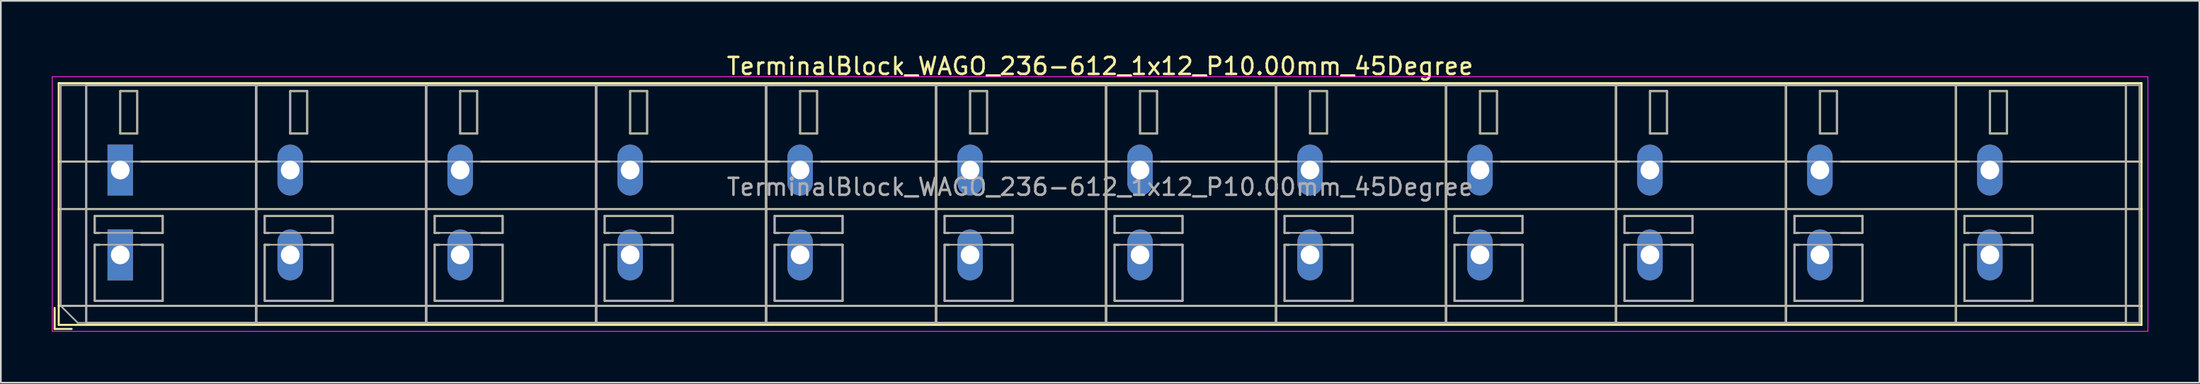
<source format=kicad_pcb>
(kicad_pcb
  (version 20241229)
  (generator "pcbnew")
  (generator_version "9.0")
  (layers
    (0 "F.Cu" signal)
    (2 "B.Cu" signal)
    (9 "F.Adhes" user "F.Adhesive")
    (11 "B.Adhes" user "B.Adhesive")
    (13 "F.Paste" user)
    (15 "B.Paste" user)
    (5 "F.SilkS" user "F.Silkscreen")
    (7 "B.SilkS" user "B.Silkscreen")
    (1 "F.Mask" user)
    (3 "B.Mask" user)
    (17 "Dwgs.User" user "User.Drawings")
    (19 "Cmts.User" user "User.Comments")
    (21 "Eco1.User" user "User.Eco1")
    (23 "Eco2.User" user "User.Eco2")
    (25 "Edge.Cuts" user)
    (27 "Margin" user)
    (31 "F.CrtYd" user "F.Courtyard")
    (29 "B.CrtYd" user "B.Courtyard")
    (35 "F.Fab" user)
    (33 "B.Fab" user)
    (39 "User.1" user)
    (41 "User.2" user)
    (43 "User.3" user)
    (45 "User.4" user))
  (footprint "TerminalBlock_WAGO_236-612_1x12_P10.00mm_45Degree"
    (layer "F.Cu")
    (at 4.025 6.968)
    (property "Reference" "TerminalBlock_WAGO_236-612_1x12_P10.00mm_45Degree" (at 57.65 -6.12 0) (layer "F.SilkS") (effects (font (size 1 1) (thickness 0.15))))
    (attr through_hole)
    (fp_line (start -3.86 8.12) (end -3.86 9.36) (stroke (width 0.12) (type solid)) (layer "F.SilkS"))
    (fp_line (start -3.86 9.36) (end -2.86 9.36) (stroke (width 0.12) (type solid)) (layer "F.SilkS"))
    (fp_line (start -3.62 -5.12) (end -3.62 9.12) (stroke (width 0.12) (type solid)) (layer "F.SilkS"))
    (fp_line (start -3.62 -5.12) (end 118.92 -5.12) (stroke (width 0.12) (type solid)) (layer "F.SilkS"))
    (fp_line (start -3.62 -0.5) (end -1.23 -0.5) (stroke (width 0.12) (type solid)) (layer "F.SilkS"))
    (fp_line (start -3.62 2.3) (end 118.92 2.3) (stroke (width 0.12) (type solid)) (layer "F.SilkS"))
    (fp_line (start -3.62 8) (end 118.92 8) (stroke (width 0.12) (type solid)) (layer "F.SilkS"))
    (fp_line (start -3.62 9.12) (end 118.92 9.12) (stroke (width 0.12) (type solid)) (layer "F.SilkS"))
    (fp_line (start -2 -5) (end -2 9) (stroke (width 0.12) (type solid)) (layer "F.SilkS"))
    (fp_line (start -2 -5) (end 8 -5) (stroke (width 0.12) (type solid)) (layer "F.SilkS"))
    (fp_line (start -2 9) (end 8 9) (stroke (width 0.12) (type solid)) (layer "F.SilkS"))
    (fp_line (start -1.5 2.7) (end -1.5 3.7) (stroke (width 0.12) (type solid)) (layer "F.SilkS"))
    (fp_line (start -1.5 2.7) (end 2.5 2.7) (stroke (width 0.12) (type solid)) (layer "F.SilkS"))
    (fp_line (start -1.5 3.7) (end -1.23 3.7) (stroke (width 0.12) (type solid)) (layer "F.SilkS"))
    (fp_line (start -1.5 4.4) (end -1.5 7.7) (stroke (width 0.12) (type solid)) (layer "F.SilkS"))
    (fp_line (start -1.5 4.4) (end -1.23 4.4) (stroke (width 0.12) (type solid)) (layer "F.SilkS"))
    (fp_line (start -1.5 7.7) (end 2.5 7.7) (stroke (width 0.12) (type solid)) (layer "F.SilkS"))
    (fp_line (start 0 -4.65) (end 0 -2.151) (stroke (width 0.12) (type solid)) (layer "F.SilkS"))
    (fp_line (start 0 -4.65) (end 1 -4.65) (stroke (width 0.12) (type solid)) (layer "F.SilkS"))
    (fp_line (start 0 -2.151) (end 1 -2.151) (stroke (width 0.12) (type solid)) (layer "F.SilkS"))
    (fp_line (start 1 -4.65) (end 1 -2.151) (stroke (width 0.12) (type solid)) (layer "F.SilkS"))
    (fp_line (start 1.23 -0.5) (end 8.77 -0.5) (stroke (width 0.12) (type solid)) (layer "F.SilkS"))
    (fp_line (start 1.23 3.7) (end 2.5 3.7) (stroke (width 0.12) (type solid)) (layer "F.SilkS"))
    (fp_line (start 1.23 4.4) (end 2.5 4.4) (stroke (width 0.12) (type solid)) (layer "F.SilkS"))
    (fp_line (start 2.5 2.7) (end 2.5 3.7) (stroke (width 0.12) (type solid)) (layer "F.SilkS"))
    (fp_line (start 2.5 4.4) (end 2.5 7.7) (stroke (width 0.12) (type solid)) (layer "F.SilkS"))
    (fp_line (start 8 -5) (end 8 9) (stroke (width 0.12) (type solid)) (layer "F.SilkS"))
    (fp_line (start 8 -5) (end 8 9) (stroke (width 0.12) (type solid)) (layer "F.SilkS"))
    (fp_line (start 8 -5) (end 18 -5) (stroke (width 0.12) (type solid)) (layer "F.SilkS"))
    (fp_line (start 8 9) (end 18 9) (stroke (width 0.12) (type solid)) (layer "F.SilkS"))
    (fp_line (start 8.5 2.7) (end 8.5 3.7) (stroke (width 0.12) (type solid)) (layer "F.SilkS"))
    (fp_line (start 8.5 2.7) (end 12.5 2.7) (stroke (width 0.12) (type solid)) (layer "F.SilkS"))
    (fp_line (start 8.5 3.7) (end 8.77 3.7) (stroke (width 0.12) (type solid)) (layer "F.SilkS"))
    (fp_line (start 8.5 4.4) (end 8.5 7.7) (stroke (width 0.12) (type solid)) (layer "F.SilkS"))
    (fp_line (start 8.5 4.4) (end 8.77 4.4) (stroke (width 0.12) (type solid)) (layer "F.SilkS"))
    (fp_line (start 8.5 7.7) (end 12.5 7.7) (stroke (width 0.12) (type solid)) (layer "F.SilkS"))
    (fp_line (start 10 -4.65) (end 10 -2.151) (stroke (width 0.12) (type solid)) (layer "F.SilkS"))
    (fp_line (start 10 -4.65) (end 11 -4.65) (stroke (width 0.12) (type solid)) (layer "F.SilkS"))
    (fp_line (start 10 -2.151) (end 11 -2.151) (stroke (width 0.12) (type solid)) (layer "F.SilkS"))
    (fp_line (start 11 -4.65) (end 11 -2.151) (stroke (width 0.12) (type solid)) (layer "F.SilkS"))
    (fp_line (start 11.23 -0.5) (end 18.77 -0.5) (stroke (width 0.12) (type solid)) (layer "F.SilkS"))
    (fp_line (start 11.23 3.7) (end 12.5 3.7) (stroke (width 0.12) (type solid)) (layer "F.SilkS"))
    (fp_line (start 11.23 4.4) (end 12.5 4.4) (stroke (width 0.12) (type solid)) (layer "F.SilkS"))
    (fp_line (start 12.5 2.7) (end 12.5 3.7) (stroke (width 0.12) (type solid)) (layer "F.SilkS"))
    (fp_line (start 12.5 4.4) (end 12.5 7.7) (stroke (width 0.12) (type solid)) (layer "F.SilkS"))
    (fp_line (start 18 -5) (end 18 9) (stroke (width 0.12) (type solid)) (layer "F.SilkS"))
    (fp_line (start 18 -5) (end 18 9) (stroke (width 0.12) (type solid)) (layer "F.SilkS"))
    (fp_line (start 18 -5) (end 28 -5) (stroke (width 0.12) (type solid)) (layer "F.SilkS"))
    (fp_line (start 18 9) (end 28 9) (stroke (width 0.12) (type solid)) (layer "F.SilkS"))
    (fp_line (start 18.5 2.7) (end 18.5 3.7) (stroke (width 0.12) (type solid)) (layer "F.SilkS"))
    (fp_line (start 18.5 2.7) (end 22.5 2.7) (stroke (width 0.12) (type solid)) (layer "F.SilkS"))
    (fp_line (start 18.5 3.7) (end 18.77 3.7) (stroke (width 0.12) (type solid)) (layer "F.SilkS"))
    (fp_line (start 18.5 4.4) (end 18.5 7.7) (stroke (width 0.12) (type solid)) (layer "F.SilkS"))
    (fp_line (start 18.5 4.4) (end 18.77 4.4) (stroke (width 0.12) (type solid)) (layer "F.SilkS"))
    (fp_line (start 18.5 7.7) (end 22.5 7.7) (stroke (width 0.12) (type solid)) (layer "F.SilkS"))
    (fp_line (start 20 -4.65) (end 20 -2.151) (stroke (width 0.12) (type solid)) (layer "F.SilkS"))
    (fp_line (start 20 -4.65) (end 21 -4.65) (stroke (width 0.12) (type solid)) (layer "F.SilkS"))
    (fp_line (start 20 -2.151) (end 21 -2.151) (stroke (width 0.12) (type solid)) (layer "F.SilkS"))
    (fp_line (start 21 -4.65) (end 21 -2.151) (stroke (width 0.12) (type solid)) (layer "F.SilkS"))
    (fp_line (start 21.23 -0.5) (end 28.77 -0.5) (stroke (width 0.12) (type solid)) (layer "F.SilkS"))
    (fp_line (start 21.23 3.7) (end 22.5 3.7) (stroke (width 0.12) (type solid)) (layer "F.SilkS"))
    (fp_line (start 21.23 4.4) (end 22.5 4.4) (stroke (width 0.12) (type solid)) (layer "F.SilkS"))
    (fp_line (start 22.5 2.7) (end 22.5 3.7) (stroke (width 0.12) (type solid)) (layer "F.SilkS"))
    (fp_line (start 22.5 4.4) (end 22.5 7.7) (stroke (width 0.12) (type solid)) (layer "F.SilkS"))
    (fp_line (start 28 -5) (end 28 9) (stroke (width 0.12) (type solid)) (layer "F.SilkS"))
    (fp_line (start 28 -5) (end 28 9) (stroke (width 0.12) (type solid)) (layer "F.SilkS"))
    (fp_line (start 28 -5) (end 38 -5) (stroke (width 0.12) (type solid)) (layer "F.SilkS"))
    (fp_line (start 28 9) (end 38 9) (stroke (width 0.12) (type solid)) (layer "F.SilkS"))
    (fp_line (start 28.5 2.7) (end 28.5 3.7) (stroke (width 0.12) (type solid)) (layer "F.SilkS"))
    (fp_line (start 28.5 2.7) (end 32.5 2.7) (stroke (width 0.12) (type solid)) (layer "F.SilkS"))
    (fp_line (start 28.5 3.7) (end 28.77 3.7) (stroke (width 0.12) (type solid)) (layer "F.SilkS"))
    (fp_line (start 28.5 4.4) (end 28.5 7.7) (stroke (width 0.12) (type solid)) (layer "F.SilkS"))
    (fp_line (start 28.5 4.4) (end 28.77 4.4) (stroke (width 0.12) (type solid)) (layer "F.SilkS"))
    (fp_line (start 28.5 7.7) (end 32.5 7.7) (stroke (width 0.12) (type solid)) (layer "F.SilkS"))
    (fp_line (start 30 -4.65) (end 30 -2.151) (stroke (width 0.12) (type solid)) (layer "F.SilkS"))
    (fp_line (start 30 -4.65) (end 31 -4.65) (stroke (width 0.12) (type solid)) (layer "F.SilkS"))
    (fp_line (start 30 -2.151) (end 31 -2.151) (stroke (width 0.12) (type solid)) (layer "F.SilkS"))
    (fp_line (start 31 -4.65) (end 31 -2.151) (stroke (width 0.12) (type solid)) (layer "F.SilkS"))
    (fp_line (start 31.23 -0.5) (end 38.77 -0.5) (stroke (width 0.12) (type solid)) (layer "F.SilkS"))
    (fp_line (start 31.23 3.7) (end 32.5 3.7) (stroke (width 0.12) (type solid)) (layer "F.SilkS"))
    (fp_line (start 31.23 4.4) (end 32.5 4.4) (stroke (width 0.12) (type solid)) (layer "F.SilkS"))
    (fp_line (start 32.5 2.7) (end 32.5 3.7) (stroke (width 0.12) (type solid)) (layer "F.SilkS"))
    (fp_line (start 32.5 4.4) (end 32.5 7.7) (stroke (width 0.12) (type solid)) (layer "F.SilkS"))
    (fp_line (start 38 -5) (end 38 9) (stroke (width 0.12) (type solid)) (layer "F.SilkS"))
    (fp_line (start 38 -5) (end 38 9) (stroke (width 0.12) (type solid)) (layer "F.SilkS"))
    (fp_line (start 38 -5) (end 48 -5) (stroke (width 0.12) (type solid)) (layer "F.SilkS"))
    (fp_line (start 38 9) (end 48 9) (stroke (width 0.12) (type solid)) (layer "F.SilkS"))
    (fp_line (start 38.5 2.7) (end 38.5 3.7) (stroke (width 0.12) (type solid)) (layer "F.SilkS"))
    (fp_line (start 38.5 2.7) (end 42.5 2.7) (stroke (width 0.12) (type solid)) (layer "F.SilkS"))
    (fp_line (start 38.5 3.7) (end 38.77 3.7) (stroke (width 0.12) (type solid)) (layer "F.SilkS"))
    (fp_line (start 38.5 4.4) (end 38.5 7.7) (stroke (width 0.12) (type solid)) (layer "F.SilkS"))
    (fp_line (start 38.5 4.4) (end 38.77 4.4) (stroke (width 0.12) (type solid)) (layer "F.SilkS"))
    (fp_line (start 38.5 7.7) (end 42.5 7.7) (stroke (width 0.12) (type solid)) (layer "F.SilkS"))
    (fp_line (start 40 -4.65) (end 40 -2.151) (stroke (width 0.12) (type solid)) (layer "F.SilkS"))
    (fp_line (start 40 -4.65) (end 41 -4.65) (stroke (width 0.12) (type solid)) (layer "F.SilkS"))
    (fp_line (start 40 -2.151) (end 41 -2.151) (stroke (width 0.12) (type solid)) (layer "F.SilkS"))
    (fp_line (start 41 -4.65) (end 41 -2.151) (stroke (width 0.12) (type solid)) (layer "F.SilkS"))
    (fp_line (start 41.23 -0.5) (end 48.77 -0.5) (stroke (width 0.12) (type solid)) (layer "F.SilkS"))
    (fp_line (start 41.23 3.7) (end 42.5 3.7) (stroke (width 0.12) (type solid)) (layer "F.SilkS"))
    (fp_line (start 41.23 4.4) (end 42.5 4.4) (stroke (width 0.12) (type solid)) (layer "F.SilkS"))
    (fp_line (start 42.5 2.7) (end 42.5 3.7) (stroke (width 0.12) (type solid)) (layer "F.SilkS"))
    (fp_line (start 42.5 4.4) (end 42.5 7.7) (stroke (width 0.12) (type solid)) (layer "F.SilkS"))
    (fp_line (start 48 -5) (end 48 9) (stroke (width 0.12) (type solid)) (layer "F.SilkS"))
    (fp_line (start 48 -5) (end 48 9) (stroke (width 0.12) (type solid)) (layer "F.SilkS"))
    (fp_line (start 48 -5) (end 58 -5) (stroke (width 0.12) (type solid)) (layer "F.SilkS"))
    (fp_line (start 48 9) (end 58 9) (stroke (width 0.12) (type solid)) (layer "F.SilkS"))
    (fp_line (start 48.5 2.7) (end 48.5 3.7) (stroke (width 0.12) (type solid)) (layer "F.SilkS"))
    (fp_line (start 48.5 2.7) (end 52.5 2.7) (stroke (width 0.12) (type solid)) (layer "F.SilkS"))
    (fp_line (start 48.5 3.7) (end 48.77 3.7) (stroke (width 0.12) (type solid)) (layer "F.SilkS"))
    (fp_line (start 48.5 4.4) (end 48.5 7.7) (stroke (width 0.12) (type solid)) (layer "F.SilkS"))
    (fp_line (start 48.5 4.4) (end 48.77 4.4) (stroke (width 0.12) (type solid)) (layer "F.SilkS"))
    (fp_line (start 48.5 7.7) (end 52.5 7.7) (stroke (width 0.12) (type solid)) (layer "F.SilkS"))
    (fp_line (start 50 -4.65) (end 50 -2.151) (stroke (width 0.12) (type solid)) (layer "F.SilkS"))
    (fp_line (start 50 -4.65) (end 51 -4.65) (stroke (width 0.12) (type solid)) (layer "F.SilkS"))
    (fp_line (start 50 -2.151) (end 51 -2.151) (stroke (width 0.12) (type solid)) (layer "F.SilkS"))
    (fp_line (start 51 -4.65) (end 51 -2.151) (stroke (width 0.12) (type solid)) (layer "F.SilkS"))
    (fp_line (start 51.23 -0.5) (end 58.77 -0.5) (stroke (width 0.12) (type solid)) (layer "F.SilkS"))
    (fp_line (start 51.23 3.7) (end 52.5 3.7) (stroke (width 0.12) (type solid)) (layer "F.SilkS"))
    (fp_line (start 51.23 4.4) (end 52.5 4.4) (stroke (width 0.12) (type solid)) (layer "F.SilkS"))
    (fp_line (start 52.5 2.7) (end 52.5 3.7) (stroke (width 0.12) (type solid)) (layer "F.SilkS"))
    (fp_line (start 52.5 4.4) (end 52.5 7.7) (stroke (width 0.12) (type solid)) (layer "F.SilkS"))
    (fp_line (start 58 -5) (end 58 9) (stroke (width 0.12) (type solid)) (layer "F.SilkS"))
    (fp_line (start 58 -5) (end 58 9) (stroke (width 0.12) (type solid)) (layer "F.SilkS"))
    (fp_line (start 58 -5) (end 68 -5) (stroke (width 0.12) (type solid)) (layer "F.SilkS"))
    (fp_line (start 58 9) (end 68 9) (stroke (width 0.12) (type solid)) (layer "F.SilkS"))
    (fp_line (start 58.5 2.7) (end 58.5 3.7) (stroke (width 0.12) (type solid)) (layer "F.SilkS"))
    (fp_line (start 58.5 2.7) (end 62.5 2.7) (stroke (width 0.12) (type solid)) (layer "F.SilkS"))
    (fp_line (start 58.5 3.7) (end 58.77 3.7) (stroke (width 0.12) (type solid)) (layer "F.SilkS"))
    (fp_line (start 58.5 4.4) (end 58.5 7.7) (stroke (width 0.12) (type solid)) (layer "F.SilkS"))
    (fp_line (start 58.5 4.4) (end 58.77 4.4) (stroke (width 0.12) (type solid)) (layer "F.SilkS"))
    (fp_line (start 58.5 7.7) (end 62.5 7.7) (stroke (width 0.12) (type solid)) (layer "F.SilkS"))
    (fp_line (start 60 -4.65) (end 60 -2.151) (stroke (width 0.12) (type solid)) (layer "F.SilkS"))
    (fp_line (start 60 -4.65) (end 61 -4.65) (stroke (width 0.12) (type solid)) (layer "F.SilkS"))
    (fp_line (start 60 -2.151) (end 61 -2.151) (stroke (width 0.12) (type solid)) (layer "F.SilkS"))
    (fp_line (start 61 -4.65) (end 61 -2.151) (stroke (width 0.12) (type solid)) (layer "F.SilkS"))
    (fp_line (start 61.23 -0.5) (end 68.77 -0.5) (stroke (width 0.12) (type solid)) (layer "F.SilkS"))
    (fp_line (start 61.23 3.7) (end 62.5 3.7) (stroke (width 0.12) (type solid)) (layer "F.SilkS"))
    (fp_line (start 61.23 4.4) (end 62.5 4.4) (stroke (width 0.12) (type solid)) (layer "F.SilkS"))
    (fp_line (start 62.5 2.7) (end 62.5 3.7) (stroke (width 0.12) (type solid)) (layer "F.SilkS"))
    (fp_line (start 62.5 4.4) (end 62.5 7.7) (stroke (width 0.12) (type solid)) (layer "F.SilkS"))
    (fp_line (start 68 -5) (end 68 9) (stroke (width 0.12) (type solid)) (layer "F.SilkS"))
    (fp_line (start 68 -5) (end 68 9) (stroke (width 0.12) (type solid)) (layer "F.SilkS"))
    (fp_line (start 68 -5) (end 78 -5) (stroke (width 0.12) (type solid)) (layer "F.SilkS"))
    (fp_line (start 68 9) (end 78 9) (stroke (width 0.12) (type solid)) (layer "F.SilkS"))
    (fp_line (start 68.5 2.7) (end 68.5 3.7) (stroke (width 0.12) (type solid)) (layer "F.SilkS"))
    (fp_line (start 68.5 2.7) (end 72.5 2.7) (stroke (width 0.12) (type solid)) (layer "F.SilkS"))
    (fp_line (start 68.5 3.7) (end 68.77 3.7) (stroke (width 0.12) (type solid)) (layer "F.SilkS"))
    (fp_line (start 68.5 4.4) (end 68.5 7.7) (stroke (width 0.12) (type solid)) (layer "F.SilkS"))
    (fp_line (start 68.5 4.4) (end 68.77 4.4) (stroke (width 0.12) (type solid)) (layer "F.SilkS"))
    (fp_line (start 68.5 7.7) (end 72.5 7.7) (stroke (width 0.12) (type solid)) (layer "F.SilkS"))
    (fp_line (start 70 -4.65) (end 70 -2.151) (stroke (width 0.12) (type solid)) (layer "F.SilkS"))
    (fp_line (start 70 -4.65) (end 71 -4.65) (stroke (width 0.12) (type solid)) (layer "F.SilkS"))
    (fp_line (start 70 -2.151) (end 71 -2.151) (stroke (width 0.12) (type solid)) (layer "F.SilkS"))
    (fp_line (start 71 -4.65) (end 71 -2.151) (stroke (width 0.12) (type solid)) (layer "F.SilkS"))
    (fp_line (start 71.23 -0.5) (end 78.77 -0.5) (stroke (width 0.12) (type solid)) (layer "F.SilkS"))
    (fp_line (start 71.23 3.7) (end 72.5 3.7) (stroke (width 0.12) (type solid)) (layer "F.SilkS"))
    (fp_line (start 71.23 4.4) (end 72.5 4.4) (stroke (width 0.12) (type solid)) (layer "F.SilkS"))
    (fp_line (start 72.5 2.7) (end 72.5 3.7) (stroke (width 0.12) (type solid)) (layer "F.SilkS"))
    (fp_line (start 72.5 4.4) (end 72.5 7.7) (stroke (width 0.12) (type solid)) (layer "F.SilkS"))
    (fp_line (start 78 -5) (end 78 9) (stroke (width 0.12) (type solid)) (layer "F.SilkS"))
    (fp_line (start 78 -5) (end 78 9) (stroke (width 0.12) (type solid)) (layer "F.SilkS"))
    (fp_line (start 78 -5) (end 88 -5) (stroke (width 0.12) (type solid)) (layer "F.SilkS"))
    (fp_line (start 78 9) (end 88 9) (stroke (width 0.12) (type solid)) (layer "F.SilkS"))
    (fp_line (start 78.5 2.7) (end 78.5 3.7) (stroke (width 0.12) (type solid)) (layer "F.SilkS"))
    (fp_line (start 78.5 2.7) (end 82.5 2.7) (stroke (width 0.12) (type solid)) (layer "F.SilkS"))
    (fp_line (start 78.5 3.7) (end 78.77 3.7) (stroke (width 0.12) (type solid)) (layer "F.SilkS"))
    (fp_line (start 78.5 4.4) (end 78.5 7.7) (stroke (width 0.12) (type solid)) (layer "F.SilkS"))
    (fp_line (start 78.5 4.4) (end 78.77 4.4) (stroke (width 0.12) (type solid)) (layer "F.SilkS"))
    (fp_line (start 78.5 7.7) (end 82.5 7.7) (stroke (width 0.12) (type solid)) (layer "F.SilkS"))
    (fp_line (start 80 -4.65) (end 80 -2.151) (stroke (width 0.12) (type solid)) (layer "F.SilkS"))
    (fp_line (start 80 -4.65) (end 81 -4.65) (stroke (width 0.12) (type solid)) (layer "F.SilkS"))
    (fp_line (start 80 -2.151) (end 81 -2.151) (stroke (width 0.12) (type solid)) (layer "F.SilkS"))
    (fp_line (start 81 -4.65) (end 81 -2.151) (stroke (width 0.12) (type solid)) (layer "F.SilkS"))
    (fp_line (start 81.23 -0.5) (end 88.77 -0.5) (stroke (width 0.12) (type solid)) (layer "F.SilkS"))
    (fp_line (start 81.23 3.7) (end 82.5 3.7) (stroke (width 0.12) (type solid)) (layer "F.SilkS"))
    (fp_line (start 81.23 4.4) (end 82.5 4.4) (stroke (width 0.12) (type solid)) (layer "F.SilkS"))
    (fp_line (start 82.5 2.7) (end 82.5 3.7) (stroke (width 0.12) (type solid)) (layer "F.SilkS"))
    (fp_line (start 82.5 4.4) (end 82.5 7.7) (stroke (width 0.12) (type solid)) (layer "F.SilkS"))
    (fp_line (start 88 -5) (end 88 9) (stroke (width 0.12) (type solid)) (layer "F.SilkS"))
    (fp_line (start 88 -5) (end 88 9) (stroke (width 0.12) (type solid)) (layer "F.SilkS"))
    (fp_line (start 88 -5) (end 98 -5) (stroke (width 0.12) (type solid)) (layer "F.SilkS"))
    (fp_line (start 88 9) (end 98 9) (stroke (width 0.12) (type solid)) (layer "F.SilkS"))
    (fp_line (start 88.5 2.7) (end 88.5 3.7) (stroke (width 0.12) (type solid)) (layer "F.SilkS"))
    (fp_line (start 88.5 2.7) (end 92.5 2.7) (stroke (width 0.12) (type solid)) (layer "F.SilkS"))
    (fp_line (start 88.5 3.7) (end 88.77 3.7) (stroke (width 0.12) (type solid)) (layer "F.SilkS"))
    (fp_line (start 88.5 4.4) (end 88.5 7.7) (stroke (width 0.12) (type solid)) (layer "F.SilkS"))
    (fp_line (start 88.5 4.4) (end 88.77 4.4) (stroke (width 0.12) (type solid)) (layer "F.SilkS"))
    (fp_line (start 88.5 7.7) (end 92.5 7.7) (stroke (width 0.12) (type solid)) (layer "F.SilkS"))
    (fp_line (start 90 -4.65) (end 90 -2.151) (stroke (width 0.12) (type solid)) (layer "F.SilkS"))
    (fp_line (start 90 -4.65) (end 91 -4.65) (stroke (width 0.12) (type solid)) (layer "F.SilkS"))
    (fp_line (start 90 -2.151) (end 91 -2.151) (stroke (width 0.12) (type solid)) (layer "F.SilkS"))
    (fp_line (start 91 -4.65) (end 91 -2.151) (stroke (width 0.12) (type solid)) (layer "F.SilkS"))
    (fp_line (start 91.23 -0.5) (end 98.77 -0.5) (stroke (width 0.12) (type solid)) (layer "F.SilkS"))
    (fp_line (start 91.23 3.7) (end 92.5 3.7) (stroke (width 0.12) (type solid)) (layer "F.SilkS"))
    (fp_line (start 91.23 4.4) (end 92.5 4.4) (stroke (width 0.12) (type solid)) (layer "F.SilkS"))
    (fp_line (start 92.5 2.7) (end 92.5 3.7) (stroke (width 0.12) (type solid)) (layer "F.SilkS"))
    (fp_line (start 92.5 4.4) (end 92.5 7.7) (stroke (width 0.12) (type solid)) (layer "F.SilkS"))
    (fp_line (start 98 -5) (end 98 9) (stroke (width 0.12) (type solid)) (layer "F.SilkS"))
    (fp_line (start 98 -5) (end 98 9) (stroke (width 0.12) (type solid)) (layer "F.SilkS"))
    (fp_line (start 98 -5) (end 108 -5) (stroke (width 0.12) (type solid)) (layer "F.SilkS"))
    (fp_line (start 98 9) (end 108 9) (stroke (width 0.12) (type solid)) (layer "F.SilkS"))
    (fp_line (start 98.5 2.7) (end 98.5 3.7) (stroke (width 0.12) (type solid)) (layer "F.SilkS"))
    (fp_line (start 98.5 2.7) (end 102.5 2.7) (stroke (width 0.12) (type solid)) (layer "F.SilkS"))
    (fp_line (start 98.5 3.7) (end 98.77 3.7) (stroke (width 0.12) (type solid)) (layer "F.SilkS"))
    (fp_line (start 98.5 4.4) (end 98.5 7.7) (stroke (width 0.12) (type solid)) (layer "F.SilkS"))
    (fp_line (start 98.5 4.4) (end 98.77 4.4) (stroke (width 0.12) (type solid)) (layer "F.SilkS"))
    (fp_line (start 98.5 7.7) (end 102.5 7.7) (stroke (width 0.12) (type solid)) (layer "F.SilkS"))
    (fp_line (start 100 -4.65) (end 100 -2.151) (stroke (width 0.12) (type solid)) (layer "F.SilkS"))
    (fp_line (start 100 -4.65) (end 101 -4.65) (stroke (width 0.12) (type solid)) (layer "F.SilkS"))
    (fp_line (start 100 -2.151) (end 101 -2.151) (stroke (width 0.12) (type solid)) (layer "F.SilkS"))
    (fp_line (start 101 -4.65) (end 101 -2.151) (stroke (width 0.12) (type solid)) (layer "F.SilkS"))
    (fp_line (start 101.23 -0.5) (end 108.77 -0.5) (stroke (width 0.12) (type solid)) (layer "F.SilkS"))
    (fp_line (start 101.23 3.7) (end 102.5 3.7) (stroke (width 0.12) (type solid)) (layer "F.SilkS"))
    (fp_line (start 101.23 4.4) (end 102.5 4.4) (stroke (width 0.12) (type solid)) (layer "F.SilkS"))
    (fp_line (start 102.5 2.7) (end 102.5 3.7) (stroke (width 0.12) (type solid)) (layer "F.SilkS"))
    (fp_line (start 102.5 4.4) (end 102.5 7.7) (stroke (width 0.12) (type solid)) (layer "F.SilkS"))
    (fp_line (start 108 -5) (end 108 9) (stroke (width 0.12) (type solid)) (layer "F.SilkS"))
    (fp_line (start 108 -5) (end 108 9) (stroke (width 0.12) (type solid)) (layer "F.SilkS"))
    (fp_line (start 108 -5) (end 118 -5) (stroke (width 0.12) (type solid)) (layer "F.SilkS"))
    (fp_line (start 108 9) (end 118 9) (stroke (width 0.12) (type solid)) (layer "F.SilkS"))
    (fp_line (start 108.5 2.7) (end 108.5 3.7) (stroke (width 0.12) (type solid)) (layer "F.SilkS"))
    (fp_line (start 108.5 2.7) (end 112.5 2.7) (stroke (width 0.12) (type solid)) (layer "F.SilkS"))
    (fp_line (start 108.5 3.7) (end 108.77 3.7) (stroke (width 0.12) (type solid)) (layer "F.SilkS"))
    (fp_line (start 108.5 4.4) (end 108.5 7.7) (stroke (width 0.12) (type solid)) (layer "F.SilkS"))
    (fp_line (start 108.5 4.4) (end 108.77 4.4) (stroke (width 0.12) (type solid)) (layer "F.SilkS"))
    (fp_line (start 108.5 7.7) (end 112.5 7.7) (stroke (width 0.12) (type solid)) (layer "F.SilkS"))
    (fp_line (start 110 -4.65) (end 110 -2.151) (stroke (width 0.12) (type solid)) (layer "F.SilkS"))
    (fp_line (start 110 -4.65) (end 111 -4.65) (stroke (width 0.12) (type solid)) (layer "F.SilkS"))
    (fp_line (start 110 -2.151) (end 111 -2.151) (stroke (width 0.12) (type solid)) (layer "F.SilkS"))
    (fp_line (start 111 -4.65) (end 111 -2.151) (stroke (width 0.12) (type solid)) (layer "F.SilkS"))
    (fp_line (start 111.23 -0.5) (end 118.92 -0.5) (stroke (width 0.12) (type solid)) (layer "F.SilkS"))
    (fp_line (start 111.23 3.7) (end 112.5 3.7) (stroke (width 0.12) (type solid)) (layer "F.SilkS"))
    (fp_line (start 111.23 4.4) (end 112.5 4.4) (stroke (width 0.12) (type solid)) (layer "F.SilkS"))
    (fp_line (start 112.5 2.7) (end 112.5 3.7) (stroke (width 0.12) (type solid)) (layer "F.SilkS"))
    (fp_line (start 112.5 4.4) (end 112.5 7.7) (stroke (width 0.12) (type solid)) (layer "F.SilkS"))
    (fp_line (start 118 -5) (end 118 9) (stroke (width 0.12) (type solid)) (layer "F.SilkS"))
    (fp_line (start 118.92 -5.12) (end 118.92 9.12) (stroke (width 0.12) (type solid)) (layer "F.SilkS"))
    (fp_line (start -4 -5.5) (end -4 9.5) (stroke (width 0.05) (type solid)) (layer "F.CrtYd"))
    (fp_line (start -4 9.5) (end 119.3 9.5) (stroke (width 0.05) (type solid)) (layer "F.CrtYd"))
    (fp_line (start 119.3 -5.5) (end -4 -5.5) (stroke (width 0.05) (type solid)) (layer "F.CrtYd"))
    (fp_line (start 119.3 9.5) (end 119.3 -5.5) (stroke (width 0.05) (type solid)) (layer "F.CrtYd"))
    (fp_line (start -3.5 -5) (end 118.8 -5) (stroke (width 0.1) (type solid)) (layer "F.Fab"))
    (fp_line (start -3.5 -0.5) (end 118.8 -0.5) (stroke (width 0.1) (type solid)) (layer "F.Fab"))
    (fp_line (start -3.5 2.3) (end 118.8 2.3) (stroke (width 0.1) (type solid)) (layer "F.Fab"))
    (fp_line (start -3.5 8) (end -3.5 -5) (stroke (width 0.1) (type solid)) (layer "F.Fab"))
    (fp_line (start -3.5 8) (end 118.8 8) (stroke (width 0.1) (type solid)) (layer "F.Fab"))
    (fp_line (start -2.5 9) (end -3.5 8) (stroke (width 0.1) (type solid)) (layer "F.Fab"))
    (fp_line (start -2 -5) (end -2 9) (stroke (width 0.1) (type solid)) (layer "F.Fab"))
    (fp_line (start -2 9) (end 8 9) (stroke (width 0.1) (type solid)) (layer "F.Fab"))
    (fp_line (start -1.5 2.7) (end -1.5 3.7) (stroke (width 0.1) (type solid)) (layer "F.Fab"))
    (fp_line (start -1.5 3.7) (end 2.5 3.7) (stroke (width 0.1) (type solid)) (layer "F.Fab"))
    (fp_line (start -1.5 4.4) (end -1.5 7.7) (stroke (width 0.1) (type solid)) (layer "F.Fab"))
    (fp_line (start -1.5 7.7) (end 2.5 7.7) (stroke (width 0.1) (type solid)) (layer "F.Fab"))
    (fp_line (start 0 -4.65) (end 0 -2.15) (stroke (width 0.1) (type solid)) (layer "F.Fab"))
    (fp_line (start 0 -2.15) (end 1 -2.15) (stroke (width 0.1) (type solid)) (layer "F.Fab"))
    (fp_line (start 1 -4.65) (end 0 -4.65) (stroke (width 0.1) (type solid)) (layer "F.Fab"))
    (fp_line (start 1 -2.15) (end 1 -4.65) (stroke (width 0.1) (type solid)) (layer "F.Fab"))
    (fp_line (start 2.5 2.7) (end -1.5 2.7) (stroke (width 0.1) (type solid)) (layer "F.Fab"))
    (fp_line (start 2.5 3.7) (end 2.5 2.7) (stroke (width 0.1) (type solid)) (layer "F.Fab"))
    (fp_line (start 2.5 4.4) (end -1.5 4.4) (stroke (width 0.1) (type solid)) (layer "F.Fab"))
    (fp_line (start 2.5 7.7) (end 2.5 4.4) (stroke (width 0.1) (type solid)) (layer "F.Fab"))
    (fp_line (start 8 -5) (end -2 -5) (stroke (width 0.1) (type solid)) (layer "F.Fab"))
    (fp_line (start 8 -5) (end 8 9) (stroke (width 0.1) (type solid)) (layer "F.Fab"))
    (fp_line (start 8 9) (end 8 -5) (stroke (width 0.1) (type solid)) (layer "F.Fab"))
    (fp_line (start 8 9) (end 18 9) (stroke (width 0.1) (type solid)) (layer "F.Fab"))
    (fp_line (start 8.5 2.7) (end 8.5 3.7) (stroke (width 0.1) (type solid)) (layer "F.Fab"))
    (fp_line (start 8.5 3.7) (end 12.5 3.7) (stroke (width 0.1) (type solid)) (layer "F.Fab"))
    (fp_line (start 8.5 4.4) (end 8.5 7.7) (stroke (width 0.1) (type solid)) (layer "F.Fab"))
    (fp_line (start 8.5 7.7) (end 12.5 7.7) (stroke (width 0.1) (type solid)) (layer "F.Fab"))
    (fp_line (start 10 -4.65) (end 10 -2.15) (stroke (width 0.1) (type solid)) (layer "F.Fab"))
    (fp_line (start 10 -2.15) (end 11 -2.15) (stroke (width 0.1) (type solid)) (layer "F.Fab"))
    (fp_line (start 11 -4.65) (end 10 -4.65) (stroke (width 0.1) (type solid)) (layer "F.Fab"))
    (fp_line (start 11 -2.15) (end 11 -4.65) (stroke (width 0.1) (type solid)) (layer "F.Fab"))
    (fp_line (start 12.5 2.7) (end 8.5 2.7) (stroke (width 0.1) (type solid)) (layer "F.Fab"))
    (fp_line (start 12.5 3.7) (end 12.5 2.7) (stroke (width 0.1) (type solid)) (layer "F.Fab"))
    (fp_line (start 12.5 4.4) (end 8.5 4.4) (stroke (width 0.1) (type solid)) (layer "F.Fab"))
    (fp_line (start 12.5 7.7) (end 12.5 4.4) (stroke (width 0.1) (type solid)) (layer "F.Fab"))
    (fp_line (start 18 -5) (end 8 -5) (stroke (width 0.1) (type solid)) (layer "F.Fab"))
    (fp_line (start 18 -5) (end 18 9) (stroke (width 0.1) (type solid)) (layer "F.Fab"))
    (fp_line (start 18 9) (end 18 -5) (stroke (width 0.1) (type solid)) (layer "F.Fab"))
    (fp_line (start 18 9) (end 28 9) (stroke (width 0.1) (type solid)) (layer "F.Fab"))
    (fp_line (start 18.5 2.7) (end 18.5 3.7) (stroke (width 0.1) (type solid)) (layer "F.Fab"))
    (fp_line (start 18.5 3.7) (end 22.5 3.7) (stroke (width 0.1) (type solid)) (layer "F.Fab"))
    (fp_line (start 18.5 4.4) (end 18.5 7.7) (stroke (width 0.1) (type solid)) (layer "F.Fab"))
    (fp_line (start 18.5 7.7) (end 22.5 7.7) (stroke (width 0.1) (type solid)) (layer "F.Fab"))
    (fp_line (start 20 -4.65) (end 20 -2.15) (stroke (width 0.1) (type solid)) (layer "F.Fab"))
    (fp_line (start 20 -2.15) (end 21 -2.15) (stroke (width 0.1) (type solid)) (layer "F.Fab"))
    (fp_line (start 21 -4.65) (end 20 -4.65) (stroke (width 0.1) (type solid)) (layer "F.Fab"))
    (fp_line (start 21 -2.15) (end 21 -4.65) (stroke (width 0.1) (type solid)) (layer "F.Fab"))
    (fp_line (start 22.5 2.7) (end 18.5 2.7) (stroke (width 0.1) (type solid)) (layer "F.Fab"))
    (fp_line (start 22.5 3.7) (end 22.5 2.7) (stroke (width 0.1) (type solid)) (layer "F.Fab"))
    (fp_line (start 22.5 4.4) (end 18.5 4.4) (stroke (width 0.1) (type solid)) (layer "F.Fab"))
    (fp_line (start 22.5 7.7) (end 22.5 4.4) (stroke (width 0.1) (type solid)) (layer "F.Fab"))
    (fp_line (start 28 -5) (end 18 -5) (stroke (width 0.1) (type solid)) (layer "F.Fab"))
    (fp_line (start 28 -5) (end 28 9) (stroke (width 0.1) (type solid)) (layer "F.Fab"))
    (fp_line (start 28 9) (end 28 -5) (stroke (width 0.1) (type solid)) (layer "F.Fab"))
    (fp_line (start 28 9) (end 38 9) (stroke (width 0.1) (type solid)) (layer "F.Fab"))
    (fp_line (start 28.5 2.7) (end 28.5 3.7) (stroke (width 0.1) (type solid)) (layer "F.Fab"))
    (fp_line (start 28.5 3.7) (end 32.5 3.7) (stroke (width 0.1) (type solid)) (layer "F.Fab"))
    (fp_line (start 28.5 4.4) (end 28.5 7.7) (stroke (width 0.1) (type solid)) (layer "F.Fab"))
    (fp_line (start 28.5 7.7) (end 32.5 7.7) (stroke (width 0.1) (type solid)) (layer "F.Fab"))
    (fp_line (start 30 -4.65) (end 30 -2.15) (stroke (width 0.1) (type solid)) (layer "F.Fab"))
    (fp_line (start 30 -2.15) (end 31 -2.15) (stroke (width 0.1) (type solid)) (layer "F.Fab"))
    (fp_line (start 31 -4.65) (end 30 -4.65) (stroke (width 0.1) (type solid)) (layer "F.Fab"))
    (fp_line (start 31 -2.15) (end 31 -4.65) (stroke (width 0.1) (type solid)) (layer "F.Fab"))
    (fp_line (start 32.5 2.7) (end 28.5 2.7) (stroke (width 0.1) (type solid)) (layer "F.Fab"))
    (fp_line (start 32.5 3.7) (end 32.5 2.7) (stroke (width 0.1) (type solid)) (layer "F.Fab"))
    (fp_line (start 32.5 4.4) (end 28.5 4.4) (stroke (width 0.1) (type solid)) (layer "F.Fab"))
    (fp_line (start 32.5 7.7) (end 32.5 4.4) (stroke (width 0.1) (type solid)) (layer "F.Fab"))
    (fp_line (start 38 -5) (end 28 -5) (stroke (width 0.1) (type solid)) (layer "F.Fab"))
    (fp_line (start 38 -5) (end 38 9) (stroke (width 0.1) (type solid)) (layer "F.Fab"))
    (fp_line (start 38 9) (end 38 -5) (stroke (width 0.1) (type solid)) (layer "F.Fab"))
    (fp_line (start 38 9) (end 48 9) (stroke (width 0.1) (type solid)) (layer "F.Fab"))
    (fp_line (start 38.5 2.7) (end 38.5 3.7) (stroke (width 0.1) (type solid)) (layer "F.Fab"))
    (fp_line (start 38.5 3.7) (end 42.5 3.7) (stroke (width 0.1) (type solid)) (layer "F.Fab"))
    (fp_line (start 38.5 4.4) (end 38.5 7.7) (stroke (width 0.1) (type solid)) (layer "F.Fab"))
    (fp_line (start 38.5 7.7) (end 42.5 7.7) (stroke (width 0.1) (type solid)) (layer "F.Fab"))
    (fp_line (start 40 -4.65) (end 40 -2.15) (stroke (width 0.1) (type solid)) (layer "F.Fab"))
    (fp_line (start 40 -2.15) (end 41 -2.15) (stroke (width 0.1) (type solid)) (layer "F.Fab"))
    (fp_line (start 41 -4.65) (end 40 -4.65) (stroke (width 0.1) (type solid)) (layer "F.Fab"))
    (fp_line (start 41 -2.15) (end 41 -4.65) (stroke (width 0.1) (type solid)) (layer "F.Fab"))
    (fp_line (start 42.5 2.7) (end 38.5 2.7) (stroke (width 0.1) (type solid)) (layer "F.Fab"))
    (fp_line (start 42.5 3.7) (end 42.5 2.7) (stroke (width 0.1) (type solid)) (layer "F.Fab"))
    (fp_line (start 42.5 4.4) (end 38.5 4.4) (stroke (width 0.1) (type solid)) (layer "F.Fab"))
    (fp_line (start 42.5 7.7) (end 42.5 4.4) (stroke (width 0.1) (type solid)) (layer "F.Fab"))
    (fp_line (start 48 -5) (end 38 -5) (stroke (width 0.1) (type solid)) (layer "F.Fab"))
    (fp_line (start 48 -5) (end 48 9) (stroke (width 0.1) (type solid)) (layer "F.Fab"))
    (fp_line (start 48 9) (end 48 -5) (stroke (width 0.1) (type solid)) (layer "F.Fab"))
    (fp_line (start 48 9) (end 58 9) (stroke (width 0.1) (type solid)) (layer "F.Fab"))
    (fp_line (start 48.5 2.7) (end 48.5 3.7) (stroke (width 0.1) (type solid)) (layer "F.Fab"))
    (fp_line (start 48.5 3.7) (end 52.5 3.7) (stroke (width 0.1) (type solid)) (layer "F.Fab"))
    (fp_line (start 48.5 4.4) (end 48.5 7.7) (stroke (width 0.1) (type solid)) (layer "F.Fab"))
    (fp_line (start 48.5 7.7) (end 52.5 7.7) (stroke (width 0.1) (type solid)) (layer "F.Fab"))
    (fp_line (start 50 -4.65) (end 50 -2.15) (stroke (width 0.1) (type solid)) (layer "F.Fab"))
    (fp_line (start 50 -2.15) (end 51 -2.15) (stroke (width 0.1) (type solid)) (layer "F.Fab"))
    (fp_line (start 51 -4.65) (end 50 -4.65) (stroke (width 0.1) (type solid)) (layer "F.Fab"))
    (fp_line (start 51 -2.15) (end 51 -4.65) (stroke (width 0.1) (type solid)) (layer "F.Fab"))
    (fp_line (start 52.5 2.7) (end 48.5 2.7) (stroke (width 0.1) (type solid)) (layer "F.Fab"))
    (fp_line (start 52.5 3.7) (end 52.5 2.7) (stroke (width 0.1) (type solid)) (layer "F.Fab"))
    (fp_line (start 52.5 4.4) (end 48.5 4.4) (stroke (width 0.1) (type solid)) (layer "F.Fab"))
    (fp_line (start 52.5 7.7) (end 52.5 4.4) (stroke (width 0.1) (type solid)) (layer "F.Fab"))
    (fp_line (start 58 -5) (end 48 -5) (stroke (width 0.1) (type solid)) (layer "F.Fab"))
    (fp_line (start 58 -5) (end 58 9) (stroke (width 0.1) (type solid)) (layer "F.Fab"))
    (fp_line (start 58 9) (end 58 -5) (stroke (width 0.1) (type solid)) (layer "F.Fab"))
    (fp_line (start 58 9) (end 68 9) (stroke (width 0.1) (type solid)) (layer "F.Fab"))
    (fp_line (start 58.5 2.7) (end 58.5 3.7) (stroke (width 0.1) (type solid)) (layer "F.Fab"))
    (fp_line (start 58.5 3.7) (end 62.5 3.7) (stroke (width 0.1) (type solid)) (layer "F.Fab"))
    (fp_line (start 58.5 4.4) (end 58.5 7.7) (stroke (width 0.1) (type solid)) (layer "F.Fab"))
    (fp_line (start 58.5 7.7) (end 62.5 7.7) (stroke (width 0.1) (type solid)) (layer "F.Fab"))
    (fp_line (start 60 -4.65) (end 60 -2.15) (stroke (width 0.1) (type solid)) (layer "F.Fab"))
    (fp_line (start 60 -2.15) (end 61 -2.15) (stroke (width 0.1) (type solid)) (layer "F.Fab"))
    (fp_line (start 61 -4.65) (end 60 -4.65) (stroke (width 0.1) (type solid)) (layer "F.Fab"))
    (fp_line (start 61 -2.15) (end 61 -4.65) (stroke (width 0.1) (type solid)) (layer "F.Fab"))
    (fp_line (start 62.5 2.7) (end 58.5 2.7) (stroke (width 0.1) (type solid)) (layer "F.Fab"))
    (fp_line (start 62.5 3.7) (end 62.5 2.7) (stroke (width 0.1) (type solid)) (layer "F.Fab"))
    (fp_line (start 62.5 4.4) (end 58.5 4.4) (stroke (width 0.1) (type solid)) (layer "F.Fab"))
    (fp_line (start 62.5 7.7) (end 62.5 4.4) (stroke (width 0.1) (type solid)) (layer "F.Fab"))
    (fp_line (start 68 -5) (end 58 -5) (stroke (width 0.1) (type solid)) (layer "F.Fab"))
    (fp_line (start 68 -5) (end 68 9) (stroke (width 0.1) (type solid)) (layer "F.Fab"))
    (fp_line (start 68 9) (end 68 -5) (stroke (width 0.1) (type solid)) (layer "F.Fab"))
    (fp_line (start 68 9) (end 78 9) (stroke (width 0.1) (type solid)) (layer "F.Fab"))
    (fp_line (start 68.5 2.7) (end 68.5 3.7) (stroke (width 0.1) (type solid)) (layer "F.Fab"))
    (fp_line (start 68.5 3.7) (end 72.5 3.7) (stroke (width 0.1) (type solid)) (layer "F.Fab"))
    (fp_line (start 68.5 4.4) (end 68.5 7.7) (stroke (width 0.1) (type solid)) (layer "F.Fab"))
    (fp_line (start 68.5 7.7) (end 72.5 7.7) (stroke (width 0.1) (type solid)) (layer "F.Fab"))
    (fp_line (start 70 -4.65) (end 70 -2.15) (stroke (width 0.1) (type solid)) (layer "F.Fab"))
    (fp_line (start 70 -2.15) (end 71 -2.15) (stroke (width 0.1) (type solid)) (layer "F.Fab"))
    (fp_line (start 71 -4.65) (end 70 -4.65) (stroke (width 0.1) (type solid)) (layer "F.Fab"))
    (fp_line (start 71 -2.15) (end 71 -4.65) (stroke (width 0.1) (type solid)) (layer "F.Fab"))
    (fp_line (start 72.5 2.7) (end 68.5 2.7) (stroke (width 0.1) (type solid)) (layer "F.Fab"))
    (fp_line (start 72.5 3.7) (end 72.5 2.7) (stroke (width 0.1) (type solid)) (layer "F.Fab"))
    (fp_line (start 72.5 4.4) (end 68.5 4.4) (stroke (width 0.1) (type solid)) (layer "F.Fab"))
    (fp_line (start 72.5 7.7) (end 72.5 4.4) (stroke (width 0.1) (type solid)) (layer "F.Fab"))
    (fp_line (start 78 -5) (end 68 -5) (stroke (width 0.1) (type solid)) (layer "F.Fab"))
    (fp_line (start 78 -5) (end 78 9) (stroke (width 0.1) (type solid)) (layer "F.Fab"))
    (fp_line (start 78 9) (end 78 -5) (stroke (width 0.1) (type solid)) (layer "F.Fab"))
    (fp_line (start 78 9) (end 88 9) (stroke (width 0.1) (type solid)) (layer "F.Fab"))
    (fp_line (start 78.5 2.7) (end 78.5 3.7) (stroke (width 0.1) (type solid)) (layer "F.Fab"))
    (fp_line (start 78.5 3.7) (end 82.5 3.7) (stroke (width 0.1) (type solid)) (layer "F.Fab"))
    (fp_line (start 78.5 4.4) (end 78.5 7.7) (stroke (width 0.1) (type solid)) (layer "F.Fab"))
    (fp_line (start 78.5 7.7) (end 82.5 7.7) (stroke (width 0.1) (type solid)) (layer "F.Fab"))
    (fp_line (start 80 -4.65) (end 80 -2.15) (stroke (width 0.1) (type solid)) (layer "F.Fab"))
    (fp_line (start 80 -2.15) (end 81 -2.15) (stroke (width 0.1) (type solid)) (layer "F.Fab"))
    (fp_line (start 81 -4.65) (end 80 -4.65) (stroke (width 0.1) (type solid)) (layer "F.Fab"))
    (fp_line (start 81 -2.15) (end 81 -4.65) (stroke (width 0.1) (type solid)) (layer "F.Fab"))
    (fp_line (start 82.5 2.7) (end 78.5 2.7) (stroke (width 0.1) (type solid)) (layer "F.Fab"))
    (fp_line (start 82.5 3.7) (end 82.5 2.7) (stroke (width 0.1) (type solid)) (layer "F.Fab"))
    (fp_line (start 82.5 4.4) (end 78.5 4.4) (stroke (width 0.1) (type solid)) (layer "F.Fab"))
    (fp_line (start 82.5 7.7) (end 82.5 4.4) (stroke (width 0.1) (type solid)) (layer "F.Fab"))
    (fp_line (start 88 -5) (end 78 -5) (stroke (width 0.1) (type solid)) (layer "F.Fab"))
    (fp_line (start 88 -5) (end 88 9) (stroke (width 0.1) (type solid)) (layer "F.Fab"))
    (fp_line (start 88 9) (end 88 -5) (stroke (width 0.1) (type solid)) (layer "F.Fab"))
    (fp_line (start 88 9) (end 98 9) (stroke (width 0.1) (type solid)) (layer "F.Fab"))
    (fp_line (start 88.5 2.7) (end 88.5 3.7) (stroke (width 0.1) (type solid)) (layer "F.Fab"))
    (fp_line (start 88.5 3.7) (end 92.5 3.7) (stroke (width 0.1) (type solid)) (layer "F.Fab"))
    (fp_line (start 88.5 4.4) (end 88.5 7.7) (stroke (width 0.1) (type solid)) (layer "F.Fab"))
    (fp_line (start 88.5 7.7) (end 92.5 7.7) (stroke (width 0.1) (type solid)) (layer "F.Fab"))
    (fp_line (start 90 -4.65) (end 90 -2.15) (stroke (width 0.1) (type solid)) (layer "F.Fab"))
    (fp_line (start 90 -2.15) (end 91 -2.15) (stroke (width 0.1) (type solid)) (layer "F.Fab"))
    (fp_line (start 91 -4.65) (end 90 -4.65) (stroke (width 0.1) (type solid)) (layer "F.Fab"))
    (fp_line (start 91 -2.15) (end 91 -4.65) (stroke (width 0.1) (type solid)) (layer "F.Fab"))
    (fp_line (start 92.5 2.7) (end 88.5 2.7) (stroke (width 0.1) (type solid)) (layer "F.Fab"))
    (fp_line (start 92.5 3.7) (end 92.5 2.7) (stroke (width 0.1) (type solid)) (layer "F.Fab"))
    (fp_line (start 92.5 4.4) (end 88.5 4.4) (stroke (width 0.1) (type solid)) (layer "F.Fab"))
    (fp_line (start 92.5 7.7) (end 92.5 4.4) (stroke (width 0.1) (type solid)) (layer "F.Fab"))
    (fp_line (start 98 -5) (end 88 -5) (stroke (width 0.1) (type solid)) (layer "F.Fab"))
    (fp_line (start 98 -5) (end 98 9) (stroke (width 0.1) (type solid)) (layer "F.Fab"))
    (fp_line (start 98 9) (end 98 -5) (stroke (width 0.1) (type solid)) (layer "F.Fab"))
    (fp_line (start 98 9) (end 108 9) (stroke (width 0.1) (type solid)) (layer "F.Fab"))
    (fp_line (start 98.5 2.7) (end 98.5 3.7) (stroke (width 0.1) (type solid)) (layer "F.Fab"))
    (fp_line (start 98.5 3.7) (end 102.5 3.7) (stroke (width 0.1) (type solid)) (layer "F.Fab"))
    (fp_line (start 98.5 4.4) (end 98.5 7.7) (stroke (width 0.1) (type solid)) (layer "F.Fab"))
    (fp_line (start 98.5 7.7) (end 102.5 7.7) (stroke (width 0.1) (type solid)) (layer "F.Fab"))
    (fp_line (start 100 -4.65) (end 100 -2.15) (stroke (width 0.1) (type solid)) (layer "F.Fab"))
    (fp_line (start 100 -2.15) (end 101 -2.15) (stroke (width 0.1) (type solid)) (layer "F.Fab"))
    (fp_line (start 101 -4.65) (end 100 -4.65) (stroke (width 0.1) (type solid)) (layer "F.Fab"))
    (fp_line (start 101 -2.15) (end 101 -4.65) (stroke (width 0.1) (type solid)) (layer "F.Fab"))
    (fp_line (start 102.5 2.7) (end 98.5 2.7) (stroke (width 0.1) (type solid)) (layer "F.Fab"))
    (fp_line (start 102.5 3.7) (end 102.5 2.7) (stroke (width 0.1) (type solid)) (layer "F.Fab"))
    (fp_line (start 102.5 4.4) (end 98.5 4.4) (stroke (width 0.1) (type solid)) (layer "F.Fab"))
    (fp_line (start 102.5 7.7) (end 102.5 4.4) (stroke (width 0.1) (type solid)) (layer "F.Fab"))
    (fp_line (start 108 -5) (end 98 -5) (stroke (width 0.1) (type solid)) (layer "F.Fab"))
    (fp_line (start 108 -5) (end 108 9) (stroke (width 0.1) (type solid)) (layer "F.Fab"))
    (fp_line (start 108 9) (end 108 -5) (stroke (width 0.1) (type solid)) (layer "F.Fab"))
    (fp_line (start 108 9) (end 118 9) (stroke (width 0.1) (type solid)) (layer "F.Fab"))
    (fp_line (start 108.5 2.7) (end 108.5 3.7) (stroke (width 0.1) (type solid)) (layer "F.Fab"))
    (fp_line (start 108.5 3.7) (end 112.5 3.7) (stroke (width 0.1) (type solid)) (layer "F.Fab"))
    (fp_line (start 108.5 4.4) (end 108.5 7.7) (stroke (width 0.1) (type solid)) (layer "F.Fab"))
    (fp_line (start 108.5 7.7) (end 112.5 7.7) (stroke (width 0.1) (type solid)) (layer "F.Fab"))
    (fp_line (start 110 -4.65) (end 110 -2.15) (stroke (width 0.1) (type solid)) (layer "F.Fab"))
    (fp_line (start 110 -2.15) (end 111 -2.15) (stroke (width 0.1) (type solid)) (layer "F.Fab"))
    (fp_line (start 111 -4.65) (end 110 -4.65) (stroke (width 0.1) (type solid)) (layer "F.Fab"))
    (fp_line (start 111 -2.15) (end 111 -4.65) (stroke (width 0.1) (type solid)) (layer "F.Fab"))
    (fp_line (start 112.5 2.7) (end 108.5 2.7) (stroke (width 0.1) (type solid)) (layer "F.Fab"))
    (fp_line (start 112.5 3.7) (end 112.5 2.7) (stroke (width 0.1) (type solid)) (layer "F.Fab"))
    (fp_line (start 112.5 4.4) (end 108.5 4.4) (stroke (width 0.1) (type solid)) (layer "F.Fab"))
    (fp_line (start 112.5 7.7) (end 112.5 4.4) (stroke (width 0.1) (type solid)) (layer "F.Fab"))
    (fp_line (start 118 -5) (end 108 -5) (stroke (width 0.1) (type solid)) (layer "F.Fab"))
    (fp_line (start 118 9) (end 118 -5) (stroke (width 0.1) (type solid)) (layer "F.Fab"))
    (fp_line (start 118.8 -5) (end 118.8 9) (stroke (width 0.1) (type solid)) (layer "F.Fab"))
    (fp_line (start 118.8 9) (end -2.5 9) (stroke (width 0.1) (type solid)) (layer "F.Fab"))
    (fp_text user "${REFERENCE}" (at 57.65 1 0) (layer "F.Fab") (effects (font (size 1 1) (thickness 0.15))))
    (pad "1" thru_hole rect (at 0 0) (size 1.5 3) (drill 1.1) (layers "*.Cu" "*.Mask"))
    (pad "1" thru_hole rect (at 0 5) (size 1.5 3) (drill 1.1) (layers "*.Cu" "*.Mask"))
    (pad "2" thru_hole oval (at 10 0) (size 1.5 3) (drill 1.1) (layers "*.Cu" "*.Mask"))
    (pad "2" thru_hole oval (at 10 5) (size 1.5 3) (drill 1.1) (layers "*.Cu" "*.Mask"))
    (pad "3" thru_hole oval (at 20 0) (size 1.5 3) (drill 1.1) (layers "*.Cu" "*.Mask"))
    (pad "3" thru_hole oval (at 20 5) (size 1.5 3) (drill 1.1) (layers "*.Cu" "*.Mask"))
    (pad "4" thru_hole oval (at 30 0) (size 1.5 3) (drill 1.1) (layers "*.Cu" "*.Mask"))
    (pad "4" thru_hole oval (at 30 5) (size 1.5 3) (drill 1.1) (layers "*.Cu" "*.Mask"))
    (pad "5" thru_hole oval (at 40 0) (size 1.5 3) (drill 1.1) (layers "*.Cu" "*.Mask"))
    (pad "5" thru_hole oval (at 40 5) (size 1.5 3) (drill 1.1) (layers "*.Cu" "*.Mask"))
    (pad "6" thru_hole oval (at 50 0) (size 1.5 3) (drill 1.1) (layers "*.Cu" "*.Mask"))
    (pad "6" thru_hole oval (at 50 5) (size 1.5 3) (drill 1.1) (layers "*.Cu" "*.Mask"))
    (pad "7" thru_hole oval (at 60 0) (size 1.5 3) (drill 1.1) (layers "*.Cu" "*.Mask"))
    (pad "7" thru_hole oval (at 60 5) (size 1.5 3) (drill 1.1) (layers "*.Cu" "*.Mask"))
    (pad "8" thru_hole oval (at 70 0) (size 1.5 3) (drill 1.1) (layers "*.Cu" "*.Mask"))
    (pad "8" thru_hole oval (at 70 5) (size 1.5 3) (drill 1.1) (layers "*.Cu" "*.Mask"))
    (pad "9" thru_hole oval (at 80 0) (size 1.5 3) (drill 1.1) (layers "*.Cu" "*.Mask"))
    (pad "9" thru_hole oval (at 80 5) (size 1.5 3) (drill 1.1) (layers "*.Cu" "*.Mask"))
    (pad "10" thru_hole oval (at 90 0) (size 1.5 3) (drill 1.1) (layers "*.Cu" "*.Mask"))
    (pad "10" thru_hole oval (at 90 5) (size 1.5 3) (drill 1.1) (layers "*.Cu" "*.Mask"))
    (pad "11" thru_hole oval (at 100 0) (size 1.5 3) (drill 1.1) (layers "*.Cu" "*.Mask"))
    (pad "11" thru_hole oval (at 100 5) (size 1.5 3) (drill 1.1) (layers "*.Cu" "*.Mask"))
    (pad "12" thru_hole oval (at 110 0) (size 1.5 3) (drill 1.1) (layers "*.Cu" "*.Mask"))
    (pad "12" thru_hole oval (at 110 5) (size 1.5 3) (drill 1.1) (layers "*.Cu" "*.Mask")))
  (gr_rect
    (start -3 -3)
    (end 126.35 19.493)
    (stroke (width 0.1) (type default))
    (fill no)
    (layer "Edge.Cuts")))
</source>
